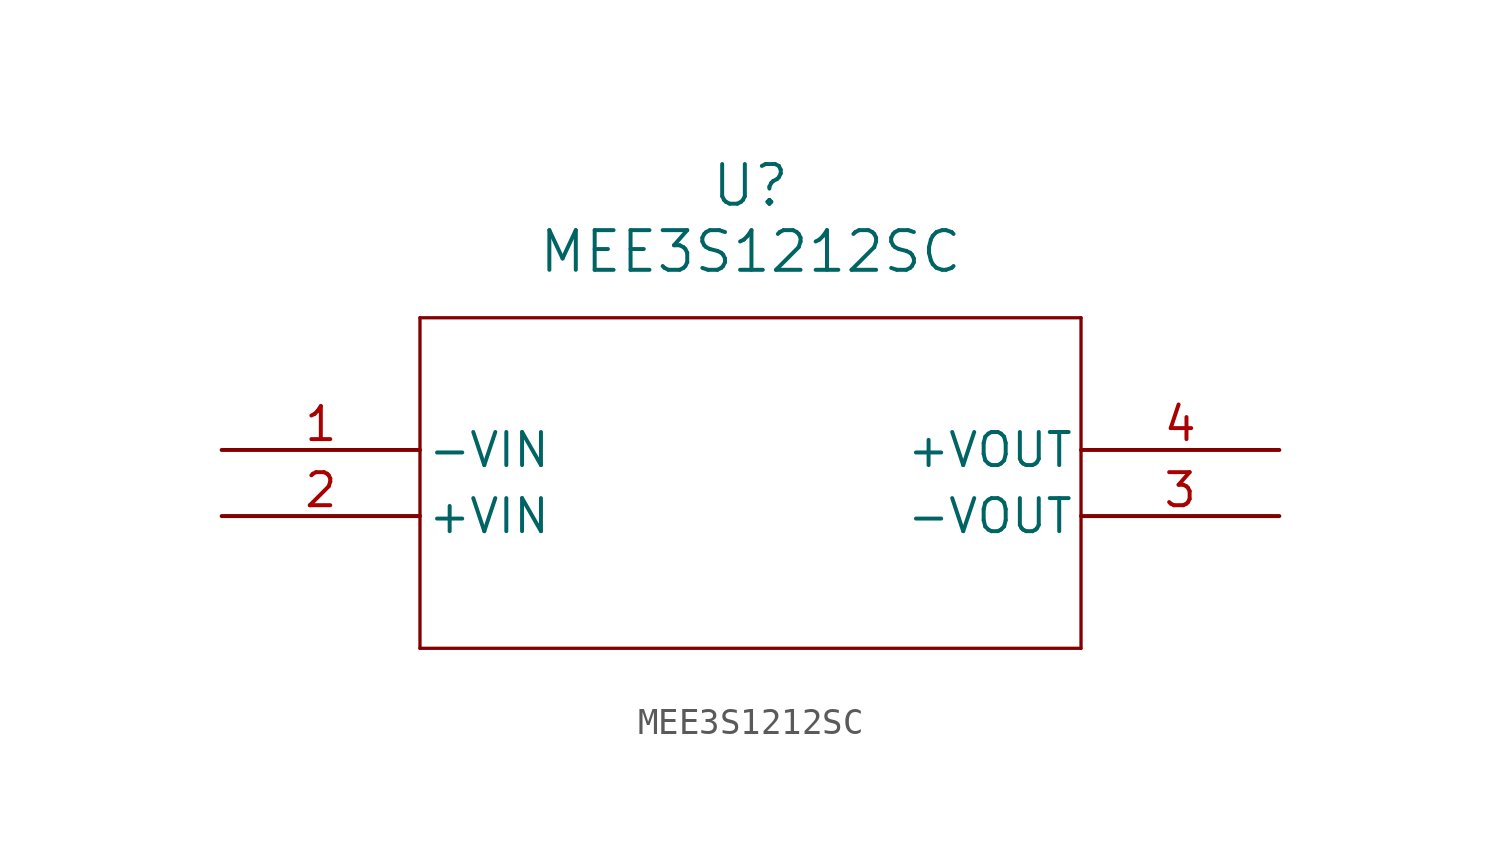
<source format=kicad_sym>
(kicad_symbol_lib
  (version 20211014)
  (generator kicad_symbol_editor)
  (symbol "MEE3S1212SC"
    (pin_names
      (offset 0.254))
    (property "Reference" "U"
      (at 20.32 10.16 0)
      (effects (font (size 1.524 1.524))))
    (property "Value" "MEE3S1212SC"
      (at 20.32 7.62 0)
      (effects (font (size 1.524 1.524))))
    (symbol "MEE3S1212SC_0_1"
      (polyline (pts (xy 7.62 5.08) (xy 7.62 -7.62)) (stroke (width 0.127) (type default) (color 0 0 0 0)) (fill (type none)))
      (polyline (pts (xy 7.62 -7.62) (xy 33.02 -7.62)) (stroke (width 0.127) (type default) (color 0 0 0 0)) (fill (type none)))
      (polyline (pts (xy 33.02 -7.62) (xy 33.02 5.08)) (stroke (width 0.127) (type default) (color 0 0 0 0)) (fill (type none)))
      (polyline (pts (xy 33.02 5.08) (xy 7.62 5.08)) (stroke (width 0.127) (type default) (color 0 0 0 0)) (fill (type none)))
      (pin power_in line (at 0 0 0) (length 7.62) (name "-VIN" (effects (font (size 1.27 1.27)))) (number "1" (effects (font (size 1.27 1.27)))))
      (pin power_in line (at 0 -2.54 0) (length 7.62) (name "+VIN" (effects (font (size 1.27 1.27)))) (number "2" (effects (font (size 1.27 1.27)))))
      (pin power_in line (at 40.64 -2.54 180) (length 7.62) (name "-VOUT" (effects (font (size 1.27 1.27)))) (number "3" (effects (font (size 1.27 1.27)))))
      (pin power_in line (at 40.64 0 180) (length 7.62) (name "+VOUT" (effects (font (size 1.27 1.27)))) (number "4" (effects (font (size 1.27 1.27))))))))
</source>
